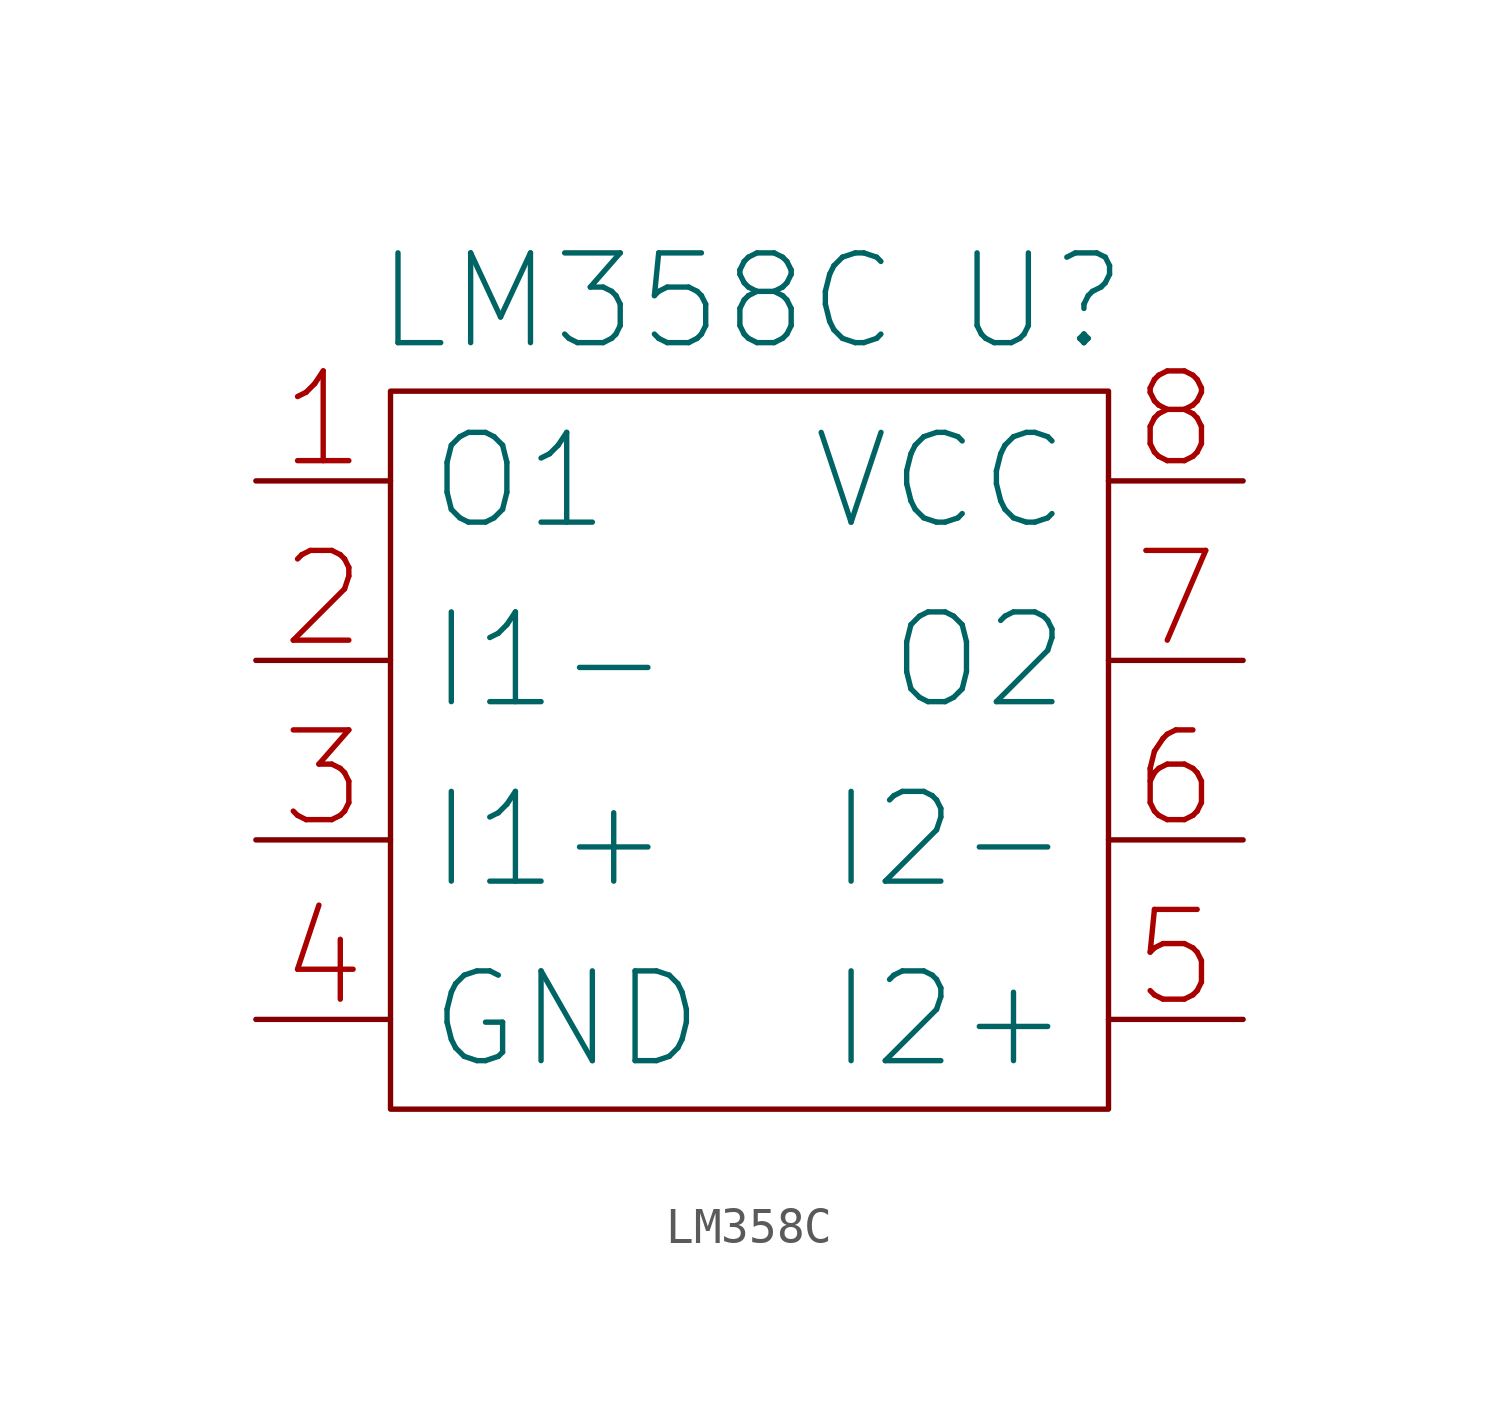
<source format=kicad_sym>
(kicad_symbol_lib
  (version 20231120)
  (generator "kicad_symbol_editor")
  (generator_version "8.0")
  (symbol "LM358C"
    (pin_names
      (offset 1.016))
    (property "Reference" "U"
      (at 22.225 5.08 0)
      (effects (font (size 2.54 2.54))))
    (property "Value" "LM358C"
      (at 10.795 5.08 0)
      (effects (font (size 2.54 2.54))))
    (symbol "LM358C_0_1"
      (rectangle (start 3.81 2.54) (end 24.13 -17.78) (stroke (width 0) (type default)) (fill (type none))))
    (symbol "LM358C_1_1"
      (pin input line (at 0 0 0) (length 3.81) (name "O1" (effects (font (size 2.54 2.54)))) (number "1" (effects (font (size 2.54 2.54)))))
      (pin input line (at 0 -5.08 0) (length 3.81) (name "I1-" (effects (font (size 2.54 2.54)))) (number "2" (effects (font (size 2.54 2.54)))))
      (pin input line (at 0 -10.16 0) (length 3.81) (name "I1+" (effects (font (size 2.54 2.54)))) (number "3" (effects (font (size 2.54 2.54)))))
      (pin input line (at 0 -15.24 0) (length 3.81) (name "GND" (effects (font (size 2.54 2.54)))) (number "4" (effects (font (size 2.54 2.54)))))
      (pin input line (at 27.94 -15.24 180) (length 3.81) (name "I2+" (effects (font (size 2.54 2.54)))) (number "5" (effects (font (size 2.54 2.54)))))
      (pin input line (at 27.94 -10.16 180) (length 3.81) (name "I2-" (effects (font (size 2.54 2.54)))) (number "6" (effects (font (size 2.54 2.54)))))
      (pin input line (at 27.94 -5.08 180) (length 3.81) (name "O2" (effects (font (size 2.54 2.54)))) (number "7" (effects (font (size 2.54 2.54)))))
      (pin input line (at 27.94 0 180) (length 3.81) (name "VCC" (effects (font (size 2.54 2.54)))) (number "8" (effects (font (size 2.54 2.54))))))))
</source>
